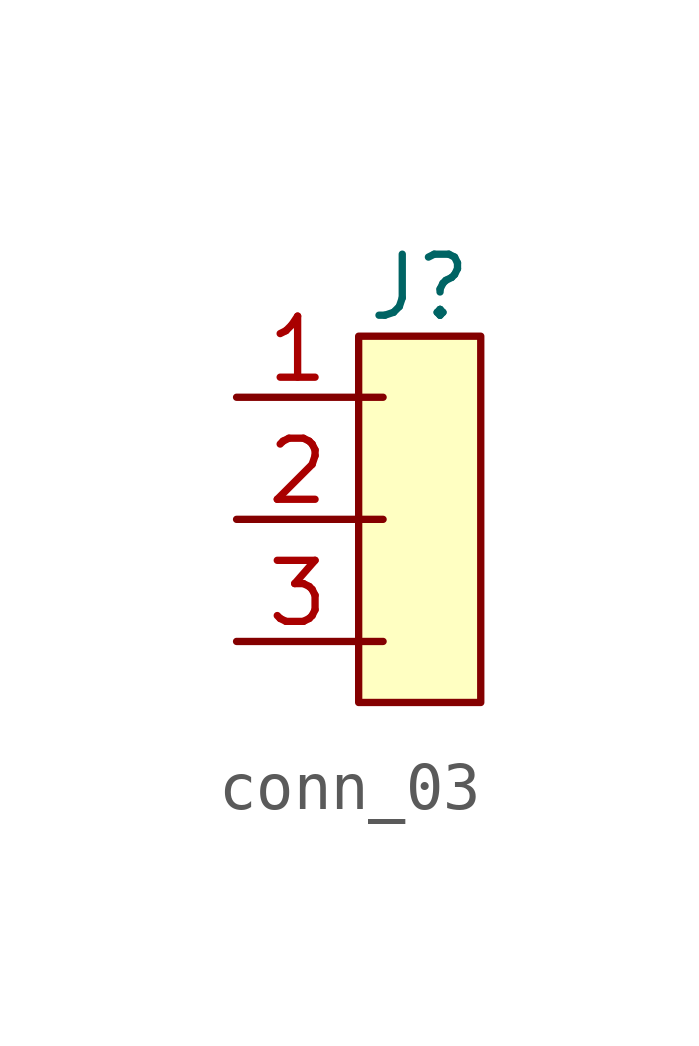
<source format=kicad_sym>
(kicad_symbol_lib
  (version 20231120)
  (generator "kicad_symbol_editor")
  (generator_version "8.0")
  (symbol "conn_03"
    (pin_names hide)
    (property "Reference" "J"
      (at 3.81 2.286 0)
      (effects (font (size 1.27 1.27))))
    (symbol "conn_03_1_0"
      (pin passive line (at 0 0 0) (length 2.54) (name "1" (effects (font (size 1.27 1.27)))) (number "1" (effects (font (size 1.27 1.27)))))
      (pin passive line (at 0 -2.54 0) (length 2.54) (name "2" (effects (font (size 1.27 1.27)))) (number "2" (effects (font (size 1.27 1.27)))))
      (pin passive line (at 0 -5.08 0) (length 2.54) (name "3" (effects (font (size 1.27 1.27)))) (number "3" (effects (font (size 1.27 1.27))))))
    (symbol "conn_03_1_1"
      (polyline (pts (xy 2.54 -5.08) (xy 3.048 -5.08)) (stroke (width 0) (type default)) (fill (type none)))
      (polyline (pts (xy 2.54 0) (xy 3.048 0)) (stroke (width 0) (type default)) (fill (type none)))
      (polyline (pts (xy 3.048 -2.54) (xy 2.54 -2.54)) (stroke (width 0) (type default)) (fill (type none)))
      (rectangle (start 2.54 1.27) (end 5.08 -6.35) (stroke (width 0) (type default)) (fill (type background))))))
</source>
